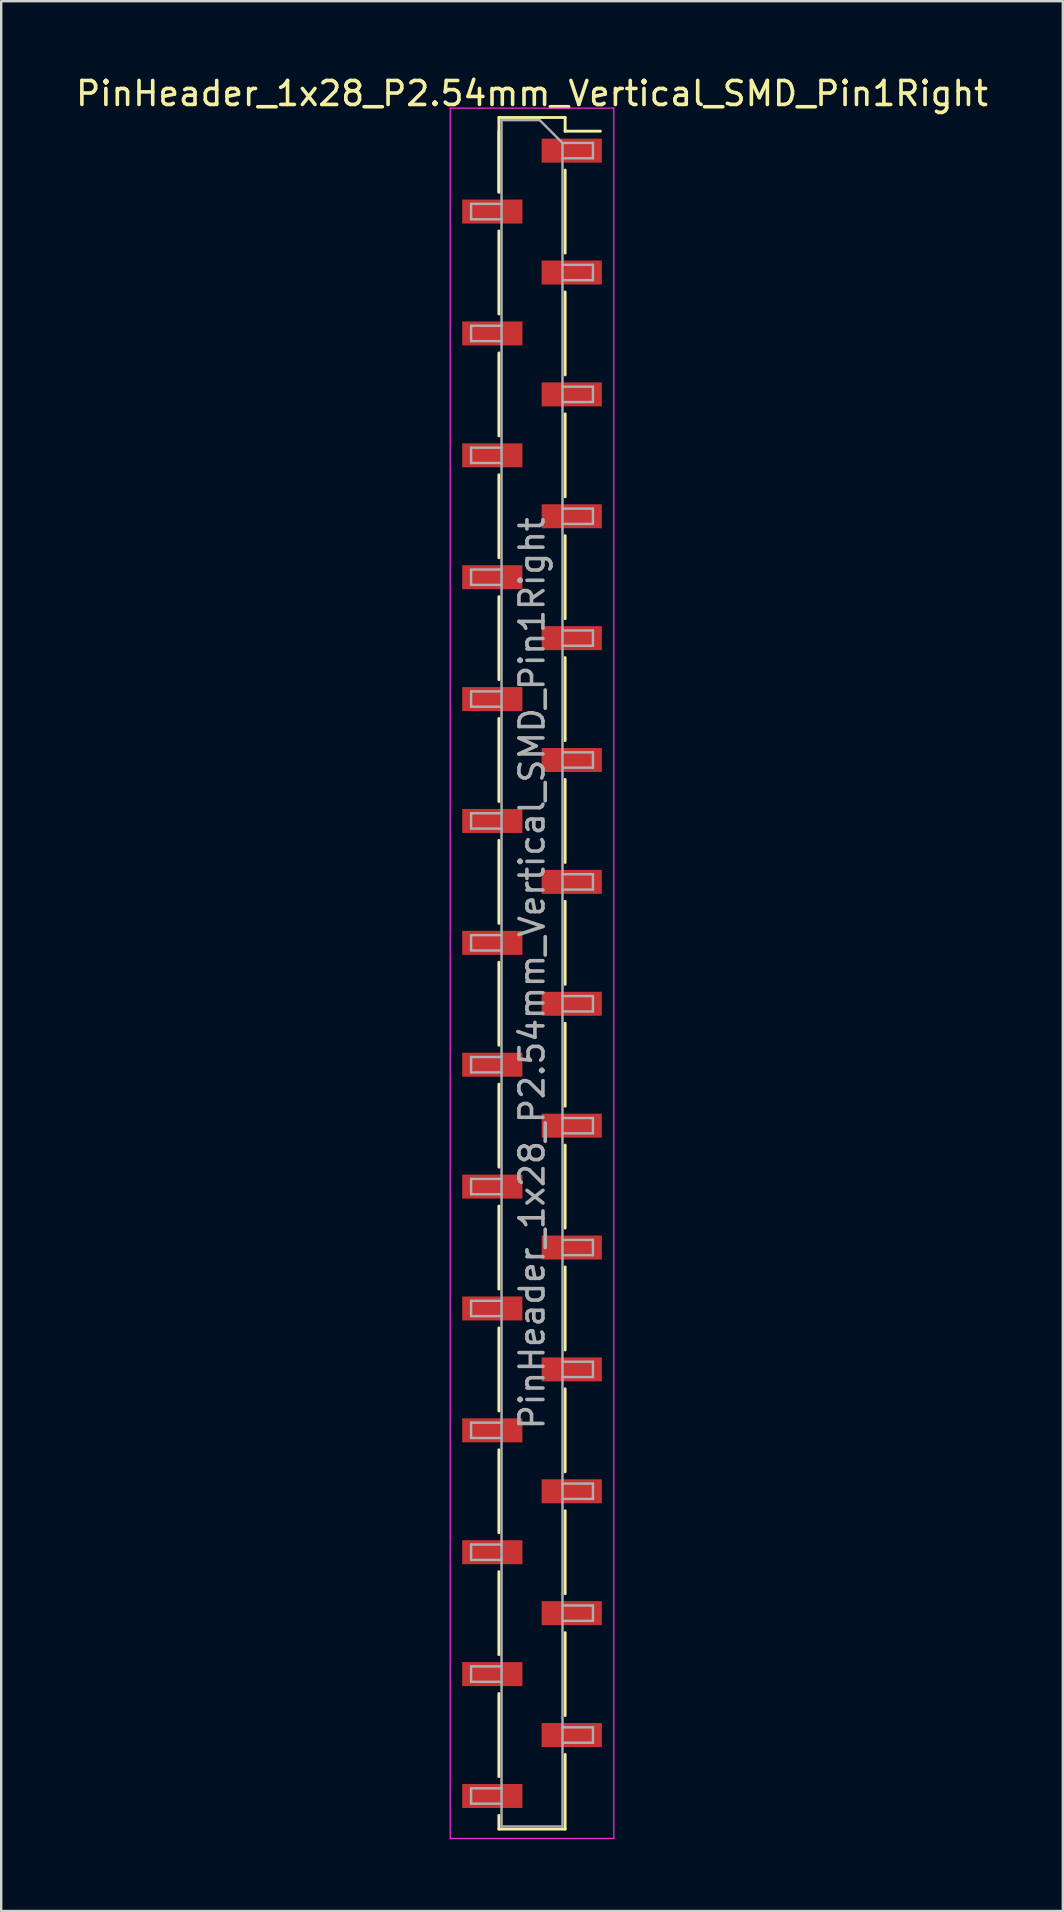
<source format=kicad_pcb>
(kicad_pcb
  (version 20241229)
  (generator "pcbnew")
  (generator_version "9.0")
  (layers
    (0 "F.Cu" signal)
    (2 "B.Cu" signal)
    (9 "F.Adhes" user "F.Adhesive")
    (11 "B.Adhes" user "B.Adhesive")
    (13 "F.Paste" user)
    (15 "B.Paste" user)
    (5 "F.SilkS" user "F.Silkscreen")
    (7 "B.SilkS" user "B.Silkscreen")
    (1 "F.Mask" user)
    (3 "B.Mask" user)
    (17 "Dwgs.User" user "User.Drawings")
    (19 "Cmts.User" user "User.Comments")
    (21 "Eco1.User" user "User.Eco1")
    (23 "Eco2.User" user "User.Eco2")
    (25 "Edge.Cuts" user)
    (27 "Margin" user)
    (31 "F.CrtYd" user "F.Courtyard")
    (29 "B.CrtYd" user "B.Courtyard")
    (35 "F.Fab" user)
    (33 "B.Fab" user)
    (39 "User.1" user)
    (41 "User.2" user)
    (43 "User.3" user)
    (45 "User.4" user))
  (footprint "PinHeader_1x28_P2.54mm_Vertical_SMD_Pin1Right"
    (layer "F.Cu")
    (at 19.125 37.518)
    (property "Reference" "PinHeader_1x28_P2.54mm_Vertical_SMD_Pin1Right" (at 0 -36.67 0) (layer "F.SilkS") (effects (font (size 1 1) (thickness 0.15))))
    (attr smd)
    (fp_line (start -1.38 -35.67) (end -1.38 -32.56) (stroke (width 0.12) (type solid)) (layer "F.SilkS"))
    (fp_line (start -1.38 -35.67) (end 1.38 -35.67) (stroke (width 0.12) (type solid)) (layer "F.SilkS"))
    (fp_line (start -1.38 -35.1) (end -1.38 -32.56) (stroke (width 0.12) (type solid)) (layer "F.SilkS"))
    (fp_line (start -1.38 -30.94) (end -1.38 -27.48) (stroke (width 0.12) (type solid)) (layer "F.SilkS"))
    (fp_line (start -1.38 -25.86) (end -1.38 -22.4) (stroke (width 0.12) (type solid)) (layer "F.SilkS"))
    (fp_line (start -1.38 -20.78) (end -1.38 -17.32) (stroke (width 0.12) (type solid)) (layer "F.SilkS"))
    (fp_line (start -1.38 -15.7) (end -1.38 -12.24) (stroke (width 0.12) (type solid)) (layer "F.SilkS"))
    (fp_line (start -1.38 -10.62) (end -1.38 -7.16) (stroke (width 0.12) (type solid)) (layer "F.SilkS"))
    (fp_line (start -1.38 -5.54) (end -1.38 -2.08) (stroke (width 0.12) (type solid)) (layer "F.SilkS"))
    (fp_line (start -1.38 -0.46) (end -1.38 3) (stroke (width 0.12) (type solid)) (layer "F.SilkS"))
    (fp_line (start -1.38 4.62) (end -1.38 8.08) (stroke (width 0.12) (type solid)) (layer "F.SilkS"))
    (fp_line (start -1.38 9.7) (end -1.38 13.16) (stroke (width 0.12) (type solid)) (layer "F.SilkS"))
    (fp_line (start -1.38 14.78) (end -1.38 18.24) (stroke (width 0.12) (type solid)) (layer "F.SilkS"))
    (fp_line (start -1.38 19.86) (end -1.38 23.32) (stroke (width 0.12) (type solid)) (layer "F.SilkS"))
    (fp_line (start -1.38 24.94) (end -1.38 28.4) (stroke (width 0.12) (type solid)) (layer "F.SilkS"))
    (fp_line (start -1.38 30.02) (end -1.38 33.48) (stroke (width 0.12) (type solid)) (layer "F.SilkS"))
    (fp_line (start -1.38 35.1) (end -1.38 35.67) (stroke (width 0.12) (type solid)) (layer "F.SilkS"))
    (fp_line (start -1.38 35.67) (end 1.38 35.67) (stroke (width 0.12) (type solid)) (layer "F.SilkS"))
    (fp_line (start 1.38 -35.67) (end 1.38 -35.1) (stroke (width 0.12) (type solid)) (layer "F.SilkS"))
    (fp_line (start 1.38 -35.1) (end 2.85 -35.1) (stroke (width 0.12) (type solid)) (layer "F.SilkS"))
    (fp_line (start 1.38 -33.48) (end 1.38 -30.02) (stroke (width 0.12) (type solid)) (layer "F.SilkS"))
    (fp_line (start 1.38 -28.4) (end 1.38 -24.94) (stroke (width 0.12) (type solid)) (layer "F.SilkS"))
    (fp_line (start 1.38 -23.32) (end 1.38 -19.86) (stroke (width 0.12) (type solid)) (layer "F.SilkS"))
    (fp_line (start 1.38 -18.24) (end 1.38 -14.78) (stroke (width 0.12) (type solid)) (layer "F.SilkS"))
    (fp_line (start 1.38 -13.16) (end 1.38 -9.7) (stroke (width 0.12) (type solid)) (layer "F.SilkS"))
    (fp_line (start 1.38 -8.08) (end 1.38 -4.62) (stroke (width 0.12) (type solid)) (layer "F.SilkS"))
    (fp_line (start 1.38 -3) (end 1.38 0.46) (stroke (width 0.12) (type solid)) (layer "F.SilkS"))
    (fp_line (start 1.38 2.08) (end 1.38 5.54) (stroke (width 0.12) (type solid)) (layer "F.SilkS"))
    (fp_line (start 1.38 7.16) (end 1.38 10.62) (stroke (width 0.12) (type solid)) (layer "F.SilkS"))
    (fp_line (start 1.38 12.24) (end 1.38 15.7) (stroke (width 0.12) (type solid)) (layer "F.SilkS"))
    (fp_line (start 1.38 17.32) (end 1.38 20.78) (stroke (width 0.12) (type solid)) (layer "F.SilkS"))
    (fp_line (start 1.38 22.4) (end 1.38 25.86) (stroke (width 0.12) (type solid)) (layer "F.SilkS"))
    (fp_line (start 1.38 27.48) (end 1.38 30.94) (stroke (width 0.12) (type solid)) (layer "F.SilkS"))
    (fp_line (start 1.38 32.56) (end 1.38 35.67) (stroke (width 0.12) (type solid)) (layer "F.SilkS"))
    (fp_line (start -3.41 -36.06) (end -3.41 36.06) (stroke (width 0.05) (type solid)) (layer "F.CrtYd"))
    (fp_line (start -3.41 36.06) (end 3.41 36.06) (stroke (width 0.05) (type solid)) (layer "F.CrtYd"))
    (fp_line (start 3.41 -36.06) (end -3.41 -36.06) (stroke (width 0.05) (type solid)) (layer "F.CrtYd"))
    (fp_line (start 3.41 36.06) (end 3.41 -36.06) (stroke (width 0.05) (type solid)) (layer "F.CrtYd"))
    (fp_line (start -2.54 -32.07) (end -2.54 -31.43) (stroke (width 0.1) (type solid)) (layer "F.Fab"))
    (fp_line (start -2.54 -31.43) (end -1.27 -31.43) (stroke (width 0.1) (type solid)) (layer "F.Fab"))
    (fp_line (start -2.54 -26.99) (end -2.54 -26.35) (stroke (width 0.1) (type solid)) (layer "F.Fab"))
    (fp_line (start -2.54 -26.35) (end -1.27 -26.35) (stroke (width 0.1) (type solid)) (layer "F.Fab"))
    (fp_line (start -2.54 -21.91) (end -2.54 -21.27) (stroke (width 0.1) (type solid)) (layer "F.Fab"))
    (fp_line (start -2.54 -21.27) (end -1.27 -21.27) (stroke (width 0.1) (type solid)) (layer "F.Fab"))
    (fp_line (start -2.54 -16.83) (end -2.54 -16.19) (stroke (width 0.1) (type solid)) (layer "F.Fab"))
    (fp_line (start -2.54 -16.19) (end -1.27 -16.19) (stroke (width 0.1) (type solid)) (layer "F.Fab"))
    (fp_line (start -2.54 -11.75) (end -2.54 -11.11) (stroke (width 0.1) (type solid)) (layer "F.Fab"))
    (fp_line (start -2.54 -11.11) (end -1.27 -11.11) (stroke (width 0.1) (type solid)) (layer "F.Fab"))
    (fp_line (start -2.54 -6.67) (end -2.54 -6.03) (stroke (width 0.1) (type solid)) (layer "F.Fab"))
    (fp_line (start -2.54 -6.03) (end -1.27 -6.03) (stroke (width 0.1) (type solid)) (layer "F.Fab"))
    (fp_line (start -2.54 -1.59) (end -2.54 -0.95) (stroke (width 0.1) (type solid)) (layer "F.Fab"))
    (fp_line (start -2.54 -0.95) (end -1.27 -0.95) (stroke (width 0.1) (type solid)) (layer "F.Fab"))
    (fp_line (start -2.54 3.49) (end -2.54 4.13) (stroke (width 0.1) (type solid)) (layer "F.Fab"))
    (fp_line (start -2.54 4.13) (end -1.27 4.13) (stroke (width 0.1) (type solid)) (layer "F.Fab"))
    (fp_line (start -2.54 8.57) (end -2.54 9.21) (stroke (width 0.1) (type solid)) (layer "F.Fab"))
    (fp_line (start -2.54 9.21) (end -1.27 9.21) (stroke (width 0.1) (type solid)) (layer "F.Fab"))
    (fp_line (start -2.54 13.65) (end -2.54 14.29) (stroke (width 0.1) (type solid)) (layer "F.Fab"))
    (fp_line (start -2.54 14.29) (end -1.27 14.29) (stroke (width 0.1) (type solid)) (layer "F.Fab"))
    (fp_line (start -2.54 18.73) (end -2.54 19.37) (stroke (width 0.1) (type solid)) (layer "F.Fab"))
    (fp_line (start -2.54 19.37) (end -1.27 19.37) (stroke (width 0.1) (type solid)) (layer "F.Fab"))
    (fp_line (start -2.54 23.81) (end -2.54 24.45) (stroke (width 0.1) (type solid)) (layer "F.Fab"))
    (fp_line (start -2.54 24.45) (end -1.27 24.45) (stroke (width 0.1) (type solid)) (layer "F.Fab"))
    (fp_line (start -2.54 28.89) (end -2.54 29.53) (stroke (width 0.1) (type solid)) (layer "F.Fab"))
    (fp_line (start -2.54 29.53) (end -1.27 29.53) (stroke (width 0.1) (type solid)) (layer "F.Fab"))
    (fp_line (start -2.54 33.97) (end -2.54 34.61) (stroke (width 0.1) (type solid)) (layer "F.Fab"))
    (fp_line (start -2.54 34.61) (end -1.27 34.61) (stroke (width 0.1) (type solid)) (layer "F.Fab"))
    (fp_line (start -1.27 -35.56) (end -1.27 35.56) (stroke (width 0.1) (type solid)) (layer "F.Fab"))
    (fp_line (start -1.27 -35.56) (end 0.32 -35.56) (stroke (width 0.1) (type solid)) (layer "F.Fab"))
    (fp_line (start -1.27 -32.07) (end -2.54 -32.07) (stroke (width 0.1) (type solid)) (layer "F.Fab"))
    (fp_line (start -1.27 -26.99) (end -2.54 -26.99) (stroke (width 0.1) (type solid)) (layer "F.Fab"))
    (fp_line (start -1.27 -21.91) (end -2.54 -21.91) (stroke (width 0.1) (type solid)) (layer "F.Fab"))
    (fp_line (start -1.27 -16.83) (end -2.54 -16.83) (stroke (width 0.1) (type solid)) (layer "F.Fab"))
    (fp_line (start -1.27 -11.75) (end -2.54 -11.75) (stroke (width 0.1) (type solid)) (layer "F.Fab"))
    (fp_line (start -1.27 -6.67) (end -2.54 -6.67) (stroke (width 0.1) (type solid)) (layer "F.Fab"))
    (fp_line (start -1.27 -1.59) (end -2.54 -1.59) (stroke (width 0.1) (type solid)) (layer "F.Fab"))
    (fp_line (start -1.27 3.49) (end -2.54 3.49) (stroke (width 0.1) (type solid)) (layer "F.Fab"))
    (fp_line (start -1.27 8.57) (end -2.54 8.57) (stroke (width 0.1) (type solid)) (layer "F.Fab"))
    (fp_line (start -1.27 13.65) (end -2.54 13.65) (stroke (width 0.1) (type solid)) (layer "F.Fab"))
    (fp_line (start -1.27 18.73) (end -2.54 18.73) (stroke (width 0.1) (type solid)) (layer "F.Fab"))
    (fp_line (start -1.27 23.81) (end -2.54 23.81) (stroke (width 0.1) (type solid)) (layer "F.Fab"))
    (fp_line (start -1.27 28.89) (end -2.54 28.89) (stroke (width 0.1) (type solid)) (layer "F.Fab"))
    (fp_line (start -1.27 33.97) (end -2.54 33.97) (stroke (width 0.1) (type solid)) (layer "F.Fab"))
    (fp_line (start 1.27 -34.61) (end 0.32 -35.56) (stroke (width 0.1) (type solid)) (layer "F.Fab"))
    (fp_line (start 1.27 -34.61) (end 2.54 -34.61) (stroke (width 0.1) (type solid)) (layer "F.Fab"))
    (fp_line (start 1.27 -29.53) (end 2.54 -29.53) (stroke (width 0.1) (type solid)) (layer "F.Fab"))
    (fp_line (start 1.27 -24.45) (end 2.54 -24.45) (stroke (width 0.1) (type solid)) (layer "F.Fab"))
    (fp_line (start 1.27 -19.37) (end 2.54 -19.37) (stroke (width 0.1) (type solid)) (layer "F.Fab"))
    (fp_line (start 1.27 -14.29) (end 2.54 -14.29) (stroke (width 0.1) (type solid)) (layer "F.Fab"))
    (fp_line (start 1.27 -9.21) (end 2.54 -9.21) (stroke (width 0.1) (type solid)) (layer "F.Fab"))
    (fp_line (start 1.27 -4.13) (end 2.54 -4.13) (stroke (width 0.1) (type solid)) (layer "F.Fab"))
    (fp_line (start 1.27 0.95) (end 2.54 0.95) (stroke (width 0.1) (type solid)) (layer "F.Fab"))
    (fp_line (start 1.27 6.03) (end 2.54 6.03) (stroke (width 0.1) (type solid)) (layer "F.Fab"))
    (fp_line (start 1.27 11.11) (end 2.54 11.11) (stroke (width 0.1) (type solid)) (layer "F.Fab"))
    (fp_line (start 1.27 16.19) (end 2.54 16.19) (stroke (width 0.1) (type solid)) (layer "F.Fab"))
    (fp_line (start 1.27 21.27) (end 2.54 21.27) (stroke (width 0.1) (type solid)) (layer "F.Fab"))
    (fp_line (start 1.27 26.35) (end 2.54 26.35) (stroke (width 0.1) (type solid)) (layer "F.Fab"))
    (fp_line (start 1.27 31.43) (end 2.54 31.43) (stroke (width 0.1) (type solid)) (layer "F.Fab"))
    (fp_line (start 1.27 35.56) (end -1.27 35.56) (stroke (width 0.1) (type solid)) (layer "F.Fab"))
    (fp_line (start 1.27 35.56) (end 1.27 -34.61) (stroke (width 0.1) (type solid)) (layer "F.Fab"))
    (fp_line (start 2.54 -34.61) (end 2.54 -33.97) (stroke (width 0.1) (type solid)) (layer "F.Fab"))
    (fp_line (start 2.54 -33.97) (end 1.27 -33.97) (stroke (width 0.1) (type solid)) (layer "F.Fab"))
    (fp_line (start 2.54 -29.53) (end 2.54 -28.89) (stroke (width 0.1) (type solid)) (layer "F.Fab"))
    (fp_line (start 2.54 -28.89) (end 1.27 -28.89) (stroke (width 0.1) (type solid)) (layer "F.Fab"))
    (fp_line (start 2.54 -24.45) (end 2.54 -23.81) (stroke (width 0.1) (type solid)) (layer "F.Fab"))
    (fp_line (start 2.54 -23.81) (end 1.27 -23.81) (stroke (width 0.1) (type solid)) (layer "F.Fab"))
    (fp_line (start 2.54 -19.37) (end 2.54 -18.73) (stroke (width 0.1) (type solid)) (layer "F.Fab"))
    (fp_line (start 2.54 -18.73) (end 1.27 -18.73) (stroke (width 0.1) (type solid)) (layer "F.Fab"))
    (fp_line (start 2.54 -14.29) (end 2.54 -13.65) (stroke (width 0.1) (type solid)) (layer "F.Fab"))
    (fp_line (start 2.54 -13.65) (end 1.27 -13.65) (stroke (width 0.1) (type solid)) (layer "F.Fab"))
    (fp_line (start 2.54 -9.21) (end 2.54 -8.57) (stroke (width 0.1) (type solid)) (layer "F.Fab"))
    (fp_line (start 2.54 -8.57) (end 1.27 -8.57) (stroke (width 0.1) (type solid)) (layer "F.Fab"))
    (fp_line (start 2.54 -4.13) (end 2.54 -3.49) (stroke (width 0.1) (type solid)) (layer "F.Fab"))
    (fp_line (start 2.54 -3.49) (end 1.27 -3.49) (stroke (width 0.1) (type solid)) (layer "F.Fab"))
    (fp_line (start 2.54 0.95) (end 2.54 1.59) (stroke (width 0.1) (type solid)) (layer "F.Fab"))
    (fp_line (start 2.54 1.59) (end 1.27 1.59) (stroke (width 0.1) (type solid)) (layer "F.Fab"))
    (fp_line (start 2.54 6.03) (end 2.54 6.67) (stroke (width 0.1) (type solid)) (layer "F.Fab"))
    (fp_line (start 2.54 6.67) (end 1.27 6.67) (stroke (width 0.1) (type solid)) (layer "F.Fab"))
    (fp_line (start 2.54 11.11) (end 2.54 11.75) (stroke (width 0.1) (type solid)) (layer "F.Fab"))
    (fp_line (start 2.54 11.75) (end 1.27 11.75) (stroke (width 0.1) (type solid)) (layer "F.Fab"))
    (fp_line (start 2.54 16.19) (end 2.54 16.83) (stroke (width 0.1) (type solid)) (layer "F.Fab"))
    (fp_line (start 2.54 16.83) (end 1.27 16.83) (stroke (width 0.1) (type solid)) (layer "F.Fab"))
    (fp_line (start 2.54 21.27) (end 2.54 21.91) (stroke (width 0.1) (type solid)) (layer "F.Fab"))
    (fp_line (start 2.54 21.91) (end 1.27 21.91) (stroke (width 0.1) (type solid)) (layer "F.Fab"))
    (fp_line (start 2.54 26.35) (end 2.54 26.99) (stroke (width 0.1) (type solid)) (layer "F.Fab"))
    (fp_line (start 2.54 26.99) (end 1.27 26.99) (stroke (width 0.1) (type solid)) (layer "F.Fab"))
    (fp_line (start 2.54 31.43) (end 2.54 32.07) (stroke (width 0.1) (type solid)) (layer "F.Fab"))
    (fp_line (start 2.54 32.07) (end 1.27 32.07) (stroke (width 0.1) (type solid)) (layer "F.Fab"))
    (fp_text user "${REFERENCE}" (at 0 0 90) (layer "F.Fab") (effects (font (size 1 1) (thickness 0.15))))
    (pad "1" smd rect (at 1.655 -34.29) (size 2.51 1) (layers "F.Cu" "F.Mask" "F.Paste"))
    (pad "2" smd rect (at -1.655 -31.75) (size 2.51 1) (layers "F.Cu" "F.Mask" "F.Paste"))
    (pad "3" smd rect (at 1.655 -29.21) (size 2.51 1) (layers "F.Cu" "F.Mask" "F.Paste"))
    (pad "4" smd rect (at -1.655 -26.67) (size 2.51 1) (layers "F.Cu" "F.Mask" "F.Paste"))
    (pad "5" smd rect (at 1.655 -24.13) (size 2.51 1) (layers "F.Cu" "F.Mask" "F.Paste"))
    (pad "6" smd rect (at -1.655 -21.59) (size 2.51 1) (layers "F.Cu" "F.Mask" "F.Paste"))
    (pad "7" smd rect (at 1.655 -19.05) (size 2.51 1) (layers "F.Cu" "F.Mask" "F.Paste"))
    (pad "8" smd rect (at -1.655 -16.51) (size 2.51 1) (layers "F.Cu" "F.Mask" "F.Paste"))
    (pad "9" smd rect (at 1.655 -13.97) (size 2.51 1) (layers "F.Cu" "F.Mask" "F.Paste"))
    (pad "10" smd rect (at -1.655 -11.43) (size 2.51 1) (layers "F.Cu" "F.Mask" "F.Paste"))
    (pad "11" smd rect (at 1.655 -8.89) (size 2.51 1) (layers "F.Cu" "F.Mask" "F.Paste"))
    (pad "12" smd rect (at -1.655 -6.35) (size 2.51 1) (layers "F.Cu" "F.Mask" "F.Paste"))
    (pad "13" smd rect (at 1.655 -3.81) (size 2.51 1) (layers "F.Cu" "F.Mask" "F.Paste"))
    (pad "14" smd rect (at -1.655 -1.27) (size 2.51 1) (layers "F.Cu" "F.Mask" "F.Paste"))
    (pad "15" smd rect (at 1.655 1.27) (size 2.51 1) (layers "F.Cu" "F.Mask" "F.Paste"))
    (pad "16" smd rect (at -1.655 3.81) (size 2.51 1) (layers "F.Cu" "F.Mask" "F.Paste"))
    (pad "17" smd rect (at 1.655 6.35) (size 2.51 1) (layers "F.Cu" "F.Mask" "F.Paste"))
    (pad "18" smd rect (at -1.655 8.89) (size 2.51 1) (layers "F.Cu" "F.Mask" "F.Paste"))
    (pad "19" smd rect (at 1.655 11.43) (size 2.51 1) (layers "F.Cu" "F.Mask" "F.Paste"))
    (pad "20" smd rect (at -1.655 13.97) (size 2.51 1) (layers "F.Cu" "F.Mask" "F.Paste"))
    (pad "21" smd rect (at 1.655 16.51) (size 2.51 1) (layers "F.Cu" "F.Mask" "F.Paste"))
    (pad "22" smd rect (at -1.655 19.05) (size 2.51 1) (layers "F.Cu" "F.Mask" "F.Paste"))
    (pad "23" smd rect (at 1.655 21.59) (size 2.51 1) (layers "F.Cu" "F.Mask" "F.Paste"))
    (pad "24" smd rect (at -1.655 24.13) (size 2.51 1) (layers "F.Cu" "F.Mask" "F.Paste"))
    (pad "25" smd rect (at 1.655 26.67) (size 2.51 1) (layers "F.Cu" "F.Mask" "F.Paste"))
    (pad "26" smd rect (at -1.655 29.21) (size 2.51 1) (layers "F.Cu" "F.Mask" "F.Paste"))
    (pad "27" smd rect (at 1.655 31.75) (size 2.51 1) (layers "F.Cu" "F.Mask" "F.Paste"))
    (pad "28" smd rect (at -1.655 34.29) (size 2.51 1) (layers "F.Cu" "F.Mask" "F.Paste")))
  (gr_rect
    (start -3 -3)
    (end 41.25 76.603)
    (stroke (width 0.1) (type default))
    (fill no)
    (layer "Edge.Cuts")))
</source>
